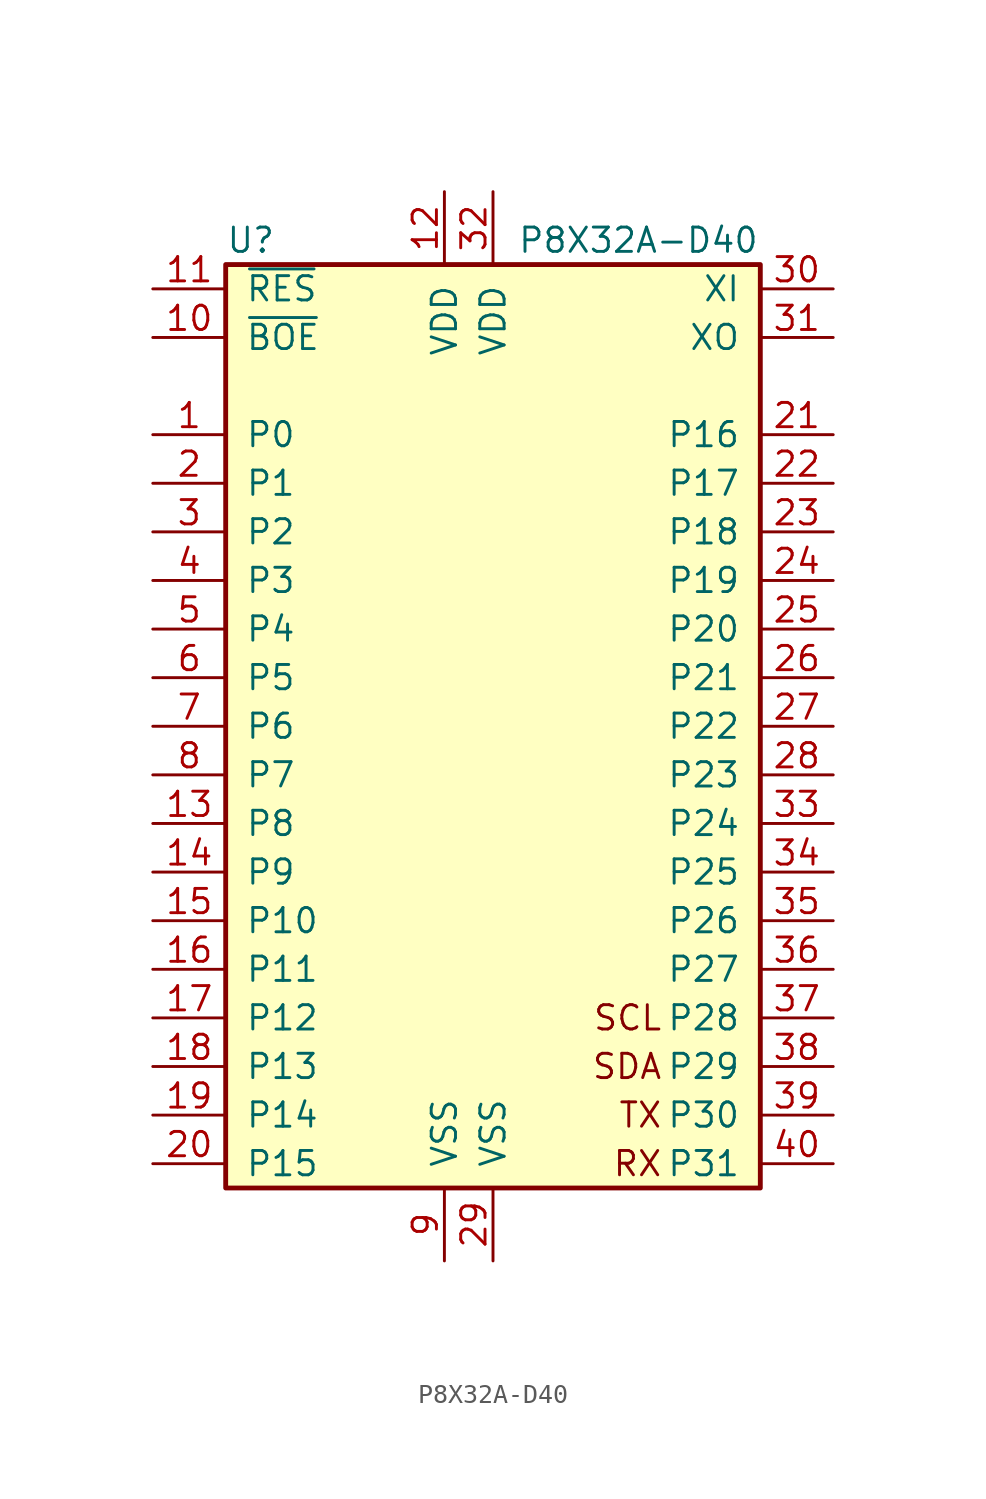
<source format=kicad_sym>
(kicad_symbol_lib
  (version 20201005)
  (generator kicad_symbol_editor)
  (symbol "MCU_Parallax:P8X32A-D40"
    (pin_names
      (offset 1.016))
    (property "Reference" "U"
      (at -13.97 25.4 0)
      (effects (font (size 1.27 1.27)) (justify left)))
    (property "Value" "P8X32A-D40"
      (at 1.27 25.4 0)
      (effects (font (size 1.27 1.27)) (justify left)))
    (symbol "P8X32A-D40_0_1"
      (text "RX" (at 8.89 -22.86 0) (effects (font (size 1.27 1.27)) (justify right)))
      (text "SCL" (at 8.89 -15.24 0) (effects (font (size 1.27 1.27)) (justify right)))
      (text "SDA" (at 8.89 -17.78 0) (effects (font (size 1.27 1.27)) (justify right)))
      (text "TX" (at 8.89 -20.32 0) (effects (font (size 1.27 1.27)) (justify right)))
      (rectangle (start -13.97 24.13) (end 13.97 -24.13) (stroke (width 0.254)) (fill (type background)))
      (pin bidirectional line (at -17.78 15.24 0) (length 3.81) (name "P0" (effects (font (size 1.27 1.27)))) (number "1" (effects (font (size 1.27 1.27)))))
      (pin bidirectional line (at -17.78 12.7 0) (length 3.81) (name "P1" (effects (font (size 1.27 1.27)))) (number "2" (effects (font (size 1.27 1.27)))))
      (pin bidirectional line (at -17.78 10.16 0) (length 3.81) (name "P2" (effects (font (size 1.27 1.27)))) (number "3" (effects (font (size 1.27 1.27)))))
      (pin bidirectional line (at -17.78 7.62 0) (length 3.81) (name "P3" (effects (font (size 1.27 1.27)))) (number "4" (effects (font (size 1.27 1.27)))))
      (pin bidirectional line (at -17.78 5.08 0) (length 3.81) (name "P4" (effects (font (size 1.27 1.27)))) (number "5" (effects (font (size 1.27 1.27)))))
      (pin bidirectional line (at -17.78 2.54 0) (length 3.81) (name "P5" (effects (font (size 1.27 1.27)))) (number "6" (effects (font (size 1.27 1.27)))))
      (pin bidirectional line (at -17.78 0 0) (length 3.81) (name "P6" (effects (font (size 1.27 1.27)))) (number "7" (effects (font (size 1.27 1.27)))))
      (pin bidirectional line (at -17.78 -2.54 0) (length 3.81) (name "P7" (effects (font (size 1.27 1.27)))) (number "8" (effects (font (size 1.27 1.27)))))
      (pin power_in line (at -2.54 -27.94 90) (length 3.81) (name "VSS" (effects (font (size 1.27 1.27)))) (number "9" (effects (font (size 1.27 1.27)))))
      (pin input line (at -17.78 20.32 0) (length 3.81) (name "~BOE" (effects (font (size 1.27 1.27)))) (number "10" (effects (font (size 1.27 1.27)))))
      (pin bidirectional line (at -17.78 -22.86 0) (length 3.81) (name "P15" (effects (font (size 1.27 1.27)))) (number "20" (effects (font (size 1.27 1.27)))))
      (pin input line (at 17.78 22.86 180) (length 3.81) (name "XI" (effects (font (size 1.27 1.27)))) (number "30" (effects (font (size 1.27 1.27)))))
      (pin bidirectional line (at 17.78 -22.86 180) (length 3.81) (name "P31" (effects (font (size 1.27 1.27)))) (number "40" (effects (font (size 1.27 1.27)))))
      (pin bidirectional line (at -17.78 22.86 0) (length 3.81) (name "~RES" (effects (font (size 1.27 1.27)))) (number "11" (effects (font (size 1.27 1.27)))))
      (pin bidirectional line (at 17.78 15.24 180) (length 3.81) (name "P16" (effects (font (size 1.27 1.27)))) (number "21" (effects (font (size 1.27 1.27)))))
      (pin output line (at 17.78 20.32 180) (length 3.81) (name "XO" (effects (font (size 1.27 1.27)))) (number "31" (effects (font (size 1.27 1.27)))))
      (pin power_in line (at -2.54 27.94 270) (length 3.81) (name "VDD" (effects (font (size 1.27 1.27)))) (number "12" (effects (font (size 1.27 1.27)))))
      (pin bidirectional line (at 17.78 12.7 180) (length 3.81) (name "P17" (effects (font (size 1.27 1.27)))) (number "22" (effects (font (size 1.27 1.27)))))
      (pin power_in line (at 0 27.94 270) (length 3.81) (name "VDD" (effects (font (size 1.27 1.27)))) (number "32" (effects (font (size 1.27 1.27)))))
      (pin bidirectional line (at -17.78 -5.08 0) (length 3.81) (name "P8" (effects (font (size 1.27 1.27)))) (number "13" (effects (font (size 1.27 1.27)))))
      (pin bidirectional line (at 17.78 10.16 180) (length 3.81) (name "P18" (effects (font (size 1.27 1.27)))) (number "23" (effects (font (size 1.27 1.27)))))
      (pin bidirectional line (at 17.78 -5.08 180) (length 3.81) (name "P24" (effects (font (size 1.27 1.27)))) (number "33" (effects (font (size 1.27 1.27)))))
      (pin bidirectional line (at -17.78 -7.62 0) (length 3.81) (name "P9" (effects (font (size 1.27 1.27)))) (number "14" (effects (font (size 1.27 1.27)))))
      (pin bidirectional line (at 17.78 7.62 180) (length 3.81) (name "P19" (effects (font (size 1.27 1.27)))) (number "24" (effects (font (size 1.27 1.27)))))
      (pin bidirectional line (at 17.78 -7.62 180) (length 3.81) (name "P25" (effects (font (size 1.27 1.27)))) (number "34" (effects (font (size 1.27 1.27)))))
      (pin bidirectional line (at -17.78 -10.16 0) (length 3.81) (name "P10" (effects (font (size 1.27 1.27)))) (number "15" (effects (font (size 1.27 1.27)))))
      (pin bidirectional line (at 17.78 5.08 180) (length 3.81) (name "P20" (effects (font (size 1.27 1.27)))) (number "25" (effects (font (size 1.27 1.27)))))
      (pin bidirectional line (at 17.78 -10.16 180) (length 3.81) (name "P26" (effects (font (size 1.27 1.27)))) (number "35" (effects (font (size 1.27 1.27)))))
      (pin bidirectional line (at -17.78 -12.7 0) (length 3.81) (name "P11" (effects (font (size 1.27 1.27)))) (number "16" (effects (font (size 1.27 1.27)))))
      (pin bidirectional line (at 17.78 2.54 180) (length 3.81) (name "P21" (effects (font (size 1.27 1.27)))) (number "26" (effects (font (size 1.27 1.27)))))
      (pin bidirectional line (at 17.78 -12.7 180) (length 3.81) (name "P27" (effects (font (size 1.27 1.27)))) (number "36" (effects (font (size 1.27 1.27)))))
      (pin bidirectional line (at -17.78 -15.24 0) (length 3.81) (name "P12" (effects (font (size 1.27 1.27)))) (number "17" (effects (font (size 1.27 1.27)))))
      (pin bidirectional line (at 17.78 0 180) (length 3.81) (name "P22" (effects (font (size 1.27 1.27)))) (number "27" (effects (font (size 1.27 1.27)))))
      (pin bidirectional line (at 17.78 -15.24 180) (length 3.81) (name "P28" (effects (font (size 1.27 1.27)))) (number "37" (effects (font (size 1.27 1.27)))))
      (pin bidirectional line (at -17.78 -17.78 0) (length 3.81) (name "P13" (effects (font (size 1.27 1.27)))) (number "18" (effects (font (size 1.27 1.27)))))
      (pin bidirectional line (at 17.78 -2.54 180) (length 3.81) (name "P23" (effects (font (size 1.27 1.27)))) (number "28" (effects (font (size 1.27 1.27)))))
      (pin bidirectional line (at 17.78 -17.78 180) (length 3.81) (name "P29" (effects (font (size 1.27 1.27)))) (number "38" (effects (font (size 1.27 1.27)))))
      (pin bidirectional line (at -17.78 -20.32 0) (length 3.81) (name "P14" (effects (font (size 1.27 1.27)))) (number "19" (effects (font (size 1.27 1.27)))))
      (pin power_in line (at 0 -27.94 90) (length 3.81) (name "VSS" (effects (font (size 1.27 1.27)))) (number "29" (effects (font (size 1.27 1.27)))))
      (pin bidirectional line (at 17.78 -20.32 180) (length 3.81) (name "P30" (effects (font (size 1.27 1.27)))) (number "39" (effects (font (size 1.27 1.27))))))))
</source>
